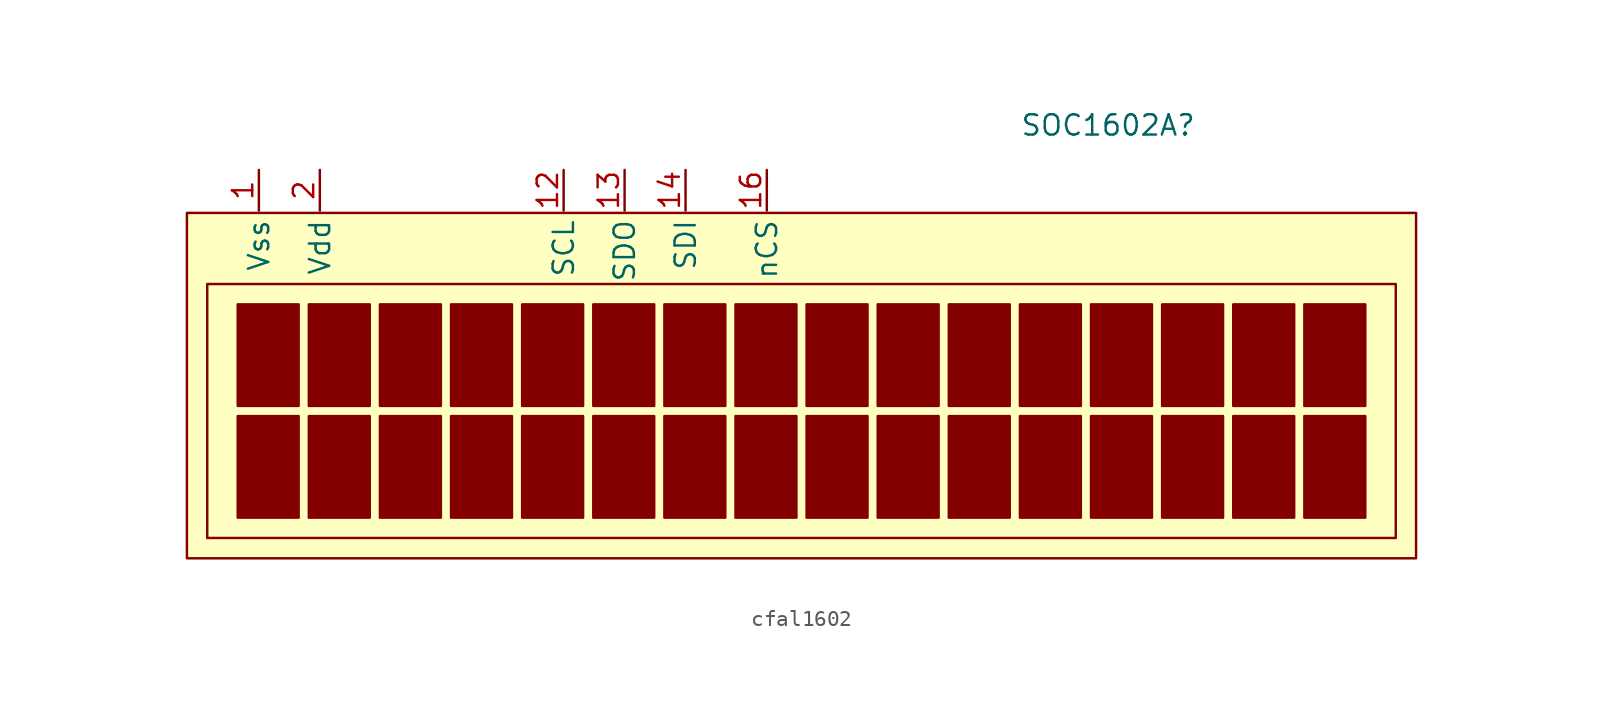
<source format=kicad_sym>
(kicad_symbol_lib
  (version 20231120)
  (generator "kicad_symbol_editor")
  (generator_version "8.0")
  (symbol "cfal1602"
    (property "Reference" "SOC1602A"
      (at 18.796 19.304 0)
      (effects (font (size 1.27 1.27))))
    (property "Value" ""
      (at -3.229 3.03 0)
      (effects (font (size 1.27 1.27))))
    (symbol "cfal1602_1_1"
      (rectangle (start -38.789 13.825) (end 38.046 -7.765) (stroke (width 0) (type default)) (fill (type background)))
      (rectangle (start -37.519 9.38) (end 36.776 -6.495) (stroke (width 0) (type default)) (fill (type background)))
      (rectangle (start -35.614 1.125) (end -31.804 -5.225) (stroke (width 0) (type default)) (fill (type outline)))
      (rectangle (start -35.614 8.11) (end -31.804 1.76) (stroke (width 0) (type default)) (fill (type outline)))
      (rectangle (start -31.169 1.125) (end -27.359 -5.225) (stroke (width 0) (type default)) (fill (type outline)))
      (rectangle (start -31.169 8.11) (end -27.359 1.76) (stroke (width 0) (type default)) (fill (type outline)))
      (rectangle (start -26.724 1.125) (end -22.914 -5.225) (stroke (width 0) (type default)) (fill (type outline)))
      (rectangle (start -26.724 8.11) (end -22.914 1.76) (stroke (width 0) (type default)) (fill (type outline)))
      (rectangle (start -22.279 1.125) (end -18.469 -5.225) (stroke (width 0) (type default)) (fill (type outline)))
      (rectangle (start -22.279 8.11) (end -18.469 1.76) (stroke (width 0) (type default)) (fill (type outline)))
      (rectangle (start -17.834 1.125) (end -14.024 -5.225) (stroke (width 0) (type default)) (fill (type outline)))
      (rectangle (start -17.834 8.11) (end -14.024 1.76) (stroke (width 0) (type default)) (fill (type outline)))
      (rectangle (start -13.389 1.125) (end -9.579 -5.225) (stroke (width 0) (type default)) (fill (type outline)))
      (rectangle (start -13.389 8.11) (end -9.579 1.76) (stroke (width 0) (type default)) (fill (type outline)))
      (rectangle (start -8.944 1.125) (end -5.134 -5.225) (stroke (width 0) (type default)) (fill (type outline)))
      (rectangle (start -8.944 8.11) (end -5.134 1.76) (stroke (width 0) (type default)) (fill (type outline)))
      (rectangle (start -4.499 1.125) (end -0.689 -5.225) (stroke (width 0) (type default)) (fill (type outline)))
      (rectangle (start -4.499 8.11) (end -0.689 1.76) (stroke (width 0) (type default)) (fill (type outline)))
      (rectangle (start -0.054 1.125) (end 3.756 -5.225) (stroke (width 0) (type default)) (fill (type outline)))
      (rectangle (start -0.054 8.11) (end 3.756 1.76) (stroke (width 0) (type default)) (fill (type outline)))
      (rectangle (start 4.391 1.125) (end 8.201 -5.225) (stroke (width 0) (type default)) (fill (type outline)))
      (rectangle (start 4.391 8.11) (end 8.201 1.76) (stroke (width 0) (type default)) (fill (type outline)))
      (rectangle (start 8.836 1.125) (end 12.646 -5.225) (stroke (width 0) (type default)) (fill (type outline)))
      (rectangle (start 8.836 8.11) (end 12.646 1.76) (stroke (width 0) (type default)) (fill (type outline)))
      (rectangle (start 13.281 1.125) (end 17.091 -5.225) (stroke (width 0) (type default)) (fill (type outline)))
      (rectangle (start 13.281 8.11) (end 17.091 1.76) (stroke (width 0) (type default)) (fill (type outline)))
      (rectangle (start 17.726 1.125) (end 21.536 -5.225) (stroke (width 0) (type default)) (fill (type outline)))
      (rectangle (start 17.726 8.11) (end 21.536 1.76) (stroke (width 0) (type default)) (fill (type outline)))
      (rectangle (start 22.171 1.125) (end 25.981 -5.225) (stroke (width 0) (type default)) (fill (type outline)))
      (rectangle (start 22.171 8.11) (end 25.981 1.76) (stroke (width 0) (type default)) (fill (type outline)))
      (rectangle (start 26.616 1.125) (end 30.426 -5.225) (stroke (width 0) (type default)) (fill (type outline)))
      (rectangle (start 26.616 8.11) (end 30.426 1.76) (stroke (width 0) (type default)) (fill (type outline)))
      (rectangle (start 31.061 1.125) (end 34.871 -5.225) (stroke (width 0) (type default)) (fill (type outline)))
      (rectangle (start 31.061 8.11) (end 34.871 1.76) (stroke (width 0) (type default)) (fill (type outline)))
      (pin input line (at -34.29 16.51 270) (length 2.54) (name "Vss" (effects (font (size 1.27 1.27)))) (number "1" (effects (font (size 1.27 1.27)))))
      (pin input line (at -15.24 16.51 270) (length 2.54) (name "SCL" (effects (font (size 1.27 1.27)))) (number "12" (effects (font (size 1.27 1.27)))))
      (pin input line (at -11.43 16.51 270) (length 2.54) (name "SDO" (effects (font (size 1.27 1.27)))) (number "13" (effects (font (size 1.27 1.27)))))
      (pin input line (at -7.62 16.51 270) (length 2.54) (name "SDI" (effects (font (size 1.27 1.27)))) (number "14" (effects (font (size 1.27 1.27)))))
      (pin input line (at -2.54 16.51 270) (length 2.54) (name "nCS" (effects (font (size 1.27 1.27)))) (number "16" (effects (font (size 1.27 1.27)))))
      (pin input line (at -30.48 16.51 270) (length 2.54) (name "Vdd" (effects (font (size 1.27 1.27)))) (number "2" (effects (font (size 1.27 1.27))))))))
</source>
